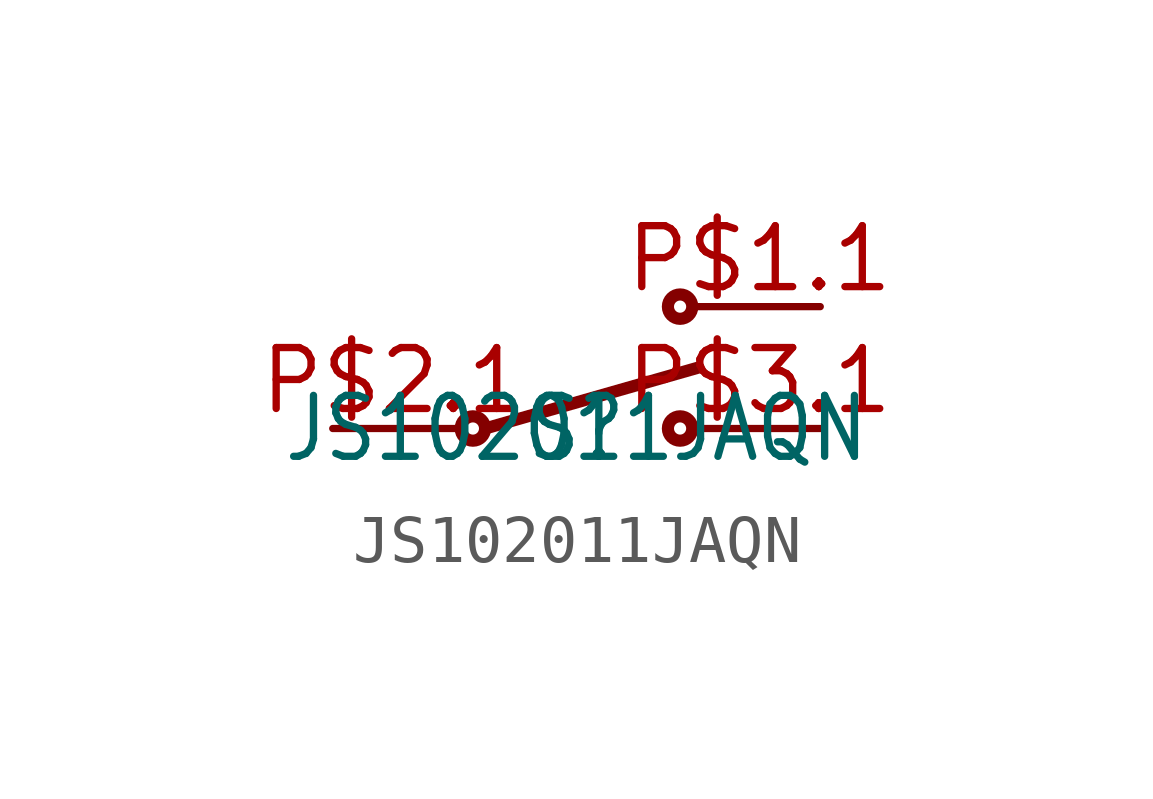
<source format=kicad_sym>
(kicad_symbol_lib
  (version 20211014)
  (generator kicad_symbol_editor)
  (symbol "JS102011JAQN"
    (pin_names
      (offset 1.016) hide)
    (property "Reference" "S"
      (at 0 0 0)
      (effects (font (size 1.27 1.086))))
    (property "Value" "JS102011JAQN"
      (at 0 0 0)
      (effects (font (size 1.27 1.086))))
    (symbol "JS102011JAQN_0_0")
    (symbol "JS102011JAQN_0_1"
      (polyline (pts (xy -1.905 0.0) (xy 2.54 1.27)) (stroke (width 0.254) (type default) (color 0 0 0 0)))
      (circle (center -2.159 0) (radius 0.254) (stroke (width 0.254) (type default) (color 0 0 0 0)))
      (circle (center 2.159 2.54) (radius 0.254) (stroke (width 0.254) (type default) (color 0 0 0 0)))
      (circle (center 2.159 0) (radius 0.254) (stroke (width 0.254) (type default) (color 0 0 0 0))))
    (symbol "JS102011JAQN_1_1"
      (pin bidirectional line (at -5.08 0 0) (length 2.54) (name "P$1" (effects (font (size 1.27 1.086)))) (number "P$2.1" (effects (font (size 1.27 1.086)))))
      (pin bidirectional line (at -5.08 0 0) (length 2.54) hide (name "P$1" (effects (font (size 1.27 1.086)))) (number "P$2.2" (effects (font (size 1.27 1.086)))))
      (pin bidirectional line (at 5.08 2.54 180) (length 2.54) (name "P$2" (effects (font (size 1.27 1.086)))) (number "P$1.1" (effects (font (size 1.27 1.086)))))
      (pin bidirectional line (at 5.08 2.54 180) (length 2.54) hide (name "P$2" (effects (font (size 1.27 1.086)))) (number "P$1.2" (effects (font (size 1.27 1.086)))))
      (pin bidirectional line (at 5.08 0 180) (length 2.54) (name "P$3" (effects (font (size 1.27 1.086)))) (number "P$3.1" (effects (font (size 1.27 1.086)))))
      (pin bidirectional line (at 5.08 0 180) (length 2.54) hide (name "P$3" (effects (font (size 1.27 1.086)))) (number "P$3.2" (effects (font (size 1.27 1.086))))))))
</source>
